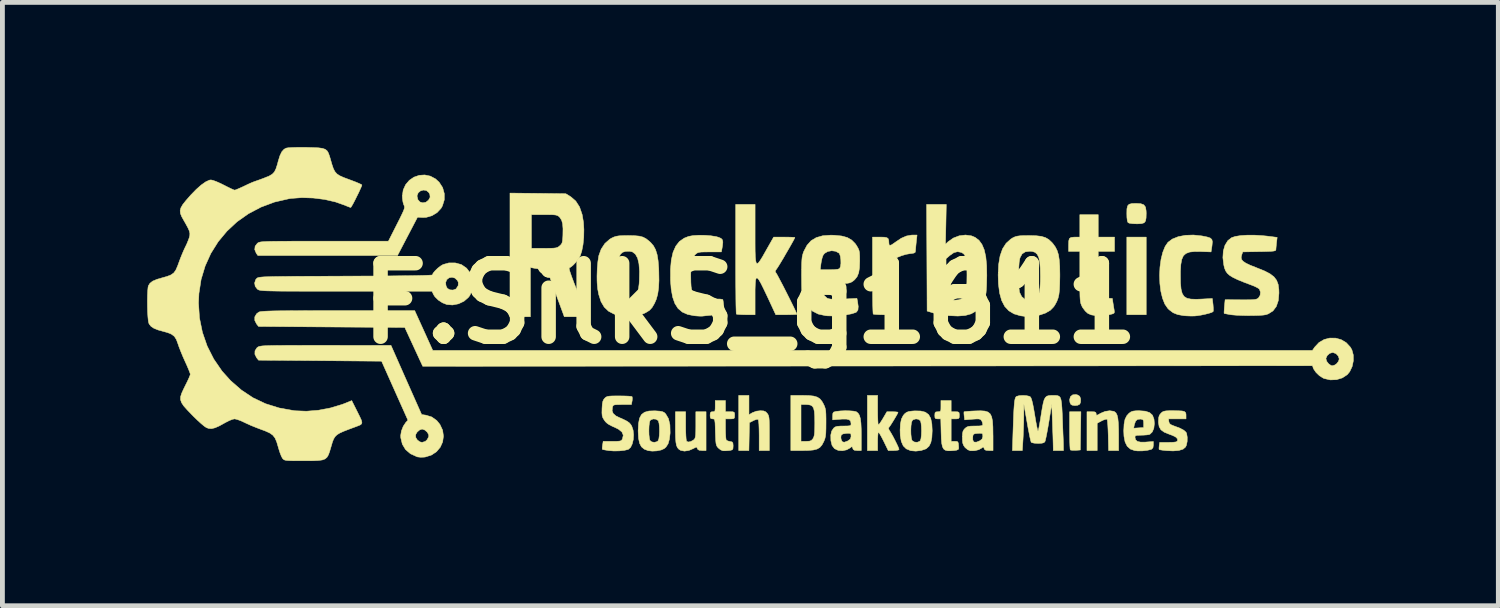
<source format=kicad_pcb>
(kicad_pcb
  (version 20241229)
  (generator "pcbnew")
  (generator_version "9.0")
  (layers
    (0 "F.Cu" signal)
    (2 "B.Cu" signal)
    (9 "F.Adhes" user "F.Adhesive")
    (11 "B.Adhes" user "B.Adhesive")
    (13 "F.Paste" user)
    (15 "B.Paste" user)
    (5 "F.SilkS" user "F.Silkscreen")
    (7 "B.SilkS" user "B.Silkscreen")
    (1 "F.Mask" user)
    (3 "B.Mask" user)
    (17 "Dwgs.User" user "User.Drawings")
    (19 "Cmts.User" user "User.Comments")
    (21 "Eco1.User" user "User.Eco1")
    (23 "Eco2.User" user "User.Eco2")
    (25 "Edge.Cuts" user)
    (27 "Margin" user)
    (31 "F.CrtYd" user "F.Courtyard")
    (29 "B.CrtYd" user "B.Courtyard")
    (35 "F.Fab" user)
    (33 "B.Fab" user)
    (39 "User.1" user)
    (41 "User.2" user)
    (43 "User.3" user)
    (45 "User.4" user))
  (footprint "F.SilkS_g1611"
    (layer "F.Cu")
    (at 12.494 3.24)
    (property "Reference" "F.SilkS_g1611" (at 0 0 0) (layer "F.SilkS") (effects (font (size 1.524 1.524) (thickness 0.3))))
    (attr through_hole)
    (fp_poly (pts (xy 8.213 0.233) (xy 7.811 0.233) (xy 7.811 -1.376) (xy 8.213 -1.376) (xy 8.213 0.233)) (stroke (width 0.01) (type solid)) (fill yes) (layer "F.SilkS"))
    (fp_poly (pts (xy 6.853 2.641) (xy 6.847 3.037) (xy 6.751 3.044) (xy 6.69 3.044) (xy 6.649 3.039) (xy 6.64 3.035) (xy 6.635 3.01) (xy 6.631 2.949) (xy 6.628 2.861) (xy 6.626 2.75) (xy 6.625 2.632) (xy 6.625 2.244) (xy 6.859 2.244) (xy 6.853 2.641)) (stroke (width 0.01) (type solid)) (fill yes) (layer "F.SilkS"))
    (fp_poly (pts (xy 6.79 1.896) (xy 6.834 1.923) (xy 6.852 1.971) (xy 6.854 1.986) (xy 6.852 2.044) (xy 6.836 2.086) (xy 6.836 2.086) (xy 6.794 2.109) (xy 6.735 2.116) (xy 6.677 2.107) (xy 6.651 2.091) (xy 6.633 2.054) (xy 6.625 1.998) (xy 6.625 1.996) (xy 6.642 1.932) (xy 6.688 1.894) (xy 6.754 1.887) (xy 6.79 1.896)) (stroke (width 0.01) (type solid)) (fill yes) (layer "F.SilkS"))
    (fp_poly (pts (xy 8.101 -2.068) (xy 8.163 -2.045) (xy 8.198 -1.998) (xy 8.211 -1.92) (xy 8.213 -1.871) (xy 8.21 -1.772) (xy 8.198 -1.709) (xy 8.169 -1.672) (xy 8.117 -1.656) (xy 8.036 -1.651) (xy 8.015 -1.651) (xy 7.928 -1.655) (xy 7.864 -1.664) (xy 7.836 -1.676) (xy 7.822 -1.712) (xy 7.813 -1.781) (xy 7.811 -1.866) (xy 7.813 -1.961) (xy 7.827 -2.022) (xy 7.858 -2.056) (xy 7.915 -2.071) (xy 8.004 -2.074) (xy 8.005 -2.074) (xy 8.101 -2.068)) (stroke (width 0.01) (type solid)) (fill yes) (layer "F.SilkS"))
    (fp_poly (pts (xy -0.021 2.307) (xy 0.048 2.265) (xy 0.133 2.232) (xy 0.215 2.223) (xy 0.283 2.227) (xy 0.327 2.246) (xy 0.358 2.278) (xy 0.374 2.302) (xy 0.386 2.33) (xy 0.394 2.369) (xy 0.399 2.426) (xy 0.401 2.508) (xy 0.402 2.622) (xy 0.402 2.691) (xy 0.402 3.048) (xy 0.191 3.048) (xy 0.191 2.732) (xy 0.189 2.602) (xy 0.185 2.501) (xy 0.178 2.433) (xy 0.17 2.403) (xy 0.169 2.402) (xy 0.138 2.402) (xy 0.087 2.42) (xy 0.068 2.429) (xy -0.011 2.47) (xy -0.022 3.048) (xy -0.233 3.048) (xy -0.233 1.905) (xy -0.021 1.905) (xy -0.021 2.307)) (stroke (width 0.01) (type solid)) (fill yes) (layer "F.SilkS"))
    (fp_poly (pts (xy 7.539 2.235) (xy 7.556 2.243) (xy 7.586 2.269) (xy 7.609 2.313) (xy 7.625 2.38) (xy 7.635 2.476) (xy 7.64 2.605) (xy 7.641 2.723) (xy 7.641 3.048) (xy 7.433 3.048) (xy 7.426 2.732) (xy 7.422 2.62) (xy 7.417 2.524) (xy 7.411 2.45) (xy 7.405 2.407) (xy 7.402 2.399) (xy 7.375 2.399) (xy 7.325 2.416) (xy 7.291 2.432) (xy 7.197 2.482) (xy 7.197 3.048) (xy 6.985 3.048) (xy 6.985 2.244) (xy 7.08 2.244) (xy 7.14 2.246) (xy 7.168 2.258) (xy 7.175 2.283) (xy 7.176 2.287) (xy 7.178 2.311) (xy 7.19 2.317) (xy 7.223 2.302) (xy 7.267 2.276) (xy 7.361 2.237) (xy 7.456 2.223) (xy 7.539 2.235)) (stroke (width 0.01) (type solid)) (fill yes) (layer "F.SilkS"))
    (fp_poly (pts (xy -1.333 2.535) (xy -1.332 2.643) (xy -1.328 2.738) (xy -1.323 2.81) (xy -1.316 2.85) (xy -1.315 2.854) (xy -1.282 2.871) (xy -1.23 2.863) (xy -1.173 2.832) (xy -1.159 2.82) (xy -1.143 2.801) (xy -1.133 2.77) (xy -1.126 2.721) (xy -1.123 2.646) (xy -1.122 2.537) (xy -1.122 2.516) (xy -1.122 2.244) (xy -0.91 2.244) (xy -0.91 3.048) (xy -0.993 3.048) (xy -1.053 3.042) (xy -1.083 3.022) (xy -1.09 3.007) (xy -1.1 2.981) (xy -1.118 2.978) (xy -1.155 2.997) (xy -1.17 3.005) (xy -1.265 3.046) (xy -1.356 3.06) (xy -1.433 3.046) (xy -1.439 3.043) (xy -1.476 3.019) (xy -1.503 2.987) (xy -1.523 2.941) (xy -1.535 2.875) (xy -1.542 2.782) (xy -1.545 2.656) (xy -1.545 2.577) (xy -1.545 2.244) (xy -1.333 2.244) (xy -1.333 2.535)) (stroke (width 0.01) (type solid)) (fill yes) (layer "F.SilkS"))
    (fp_poly (pts (xy 3.447 -1.275) (xy 3.439 -1.195) (xy 3.433 -1.127) (xy 3.43 -1.087) (xy 3.424 -1.06) (xy 3.399 -1.045) (xy 3.347 -1.036) (xy 3.318 -1.033) (xy 3.237 -1.019) (xy 3.143 -0.991) (xy 3.074 -0.964) (xy 2.942 -0.904) (xy 2.942 0.233) (xy 2.755 0.233) (xy 2.67 0.231) (xy 2.602 0.227) (xy 2.561 0.222) (xy 2.554 0.219) (xy 2.551 0.195) (xy 2.548 0.134) (xy 2.545 0.04) (xy 2.543 -0.082) (xy 2.542 -0.228) (xy 2.54 -0.392) (xy 2.54 -0.57) (xy 2.54 -0.586) (xy 2.54 -1.376) (xy 2.696 -1.376) (xy 2.785 -1.374) (xy 2.839 -1.363) (xy 2.867 -1.34) (xy 2.877 -1.298) (xy 2.879 -1.261) (xy 2.883 -1.219) (xy 2.9 -1.204) (xy 2.936 -1.216) (xy 2.996 -1.257) (xy 3.014 -1.27) (xy 3.134 -1.351) (xy 3.242 -1.398) (xy 3.346 -1.417) (xy 3.371 -1.418) (xy 3.463 -1.418) (xy 3.447 -1.275)) (stroke (width 0.01) (type solid)) (fill yes) (layer "F.SilkS"))
    (fp_poly (pts (xy 4.17 2.244) (xy 4.255 2.244) (xy 4.309 2.246) (xy 4.333 2.26) (xy 4.339 2.296) (xy 4.339 2.318) (xy 4.337 2.365) (xy 4.321 2.386) (xy 4.279 2.392) (xy 4.255 2.392) (xy 4.17 2.392) (xy 4.17 2.857) (xy 4.244 2.857) (xy 4.284 2.859) (xy 4.307 2.868) (xy 4.319 2.896) (xy 4.324 2.951) (xy 4.327 3) (xy 4.318 3.025) (xy 4.281 3.041) (xy 4.233 3.048) (xy 4.164 3.053) (xy 4.106 3.053) (xy 4.093 3.052) (xy 4.047 3.04) (xy 4.014 3.015) (xy 3.99 2.97) (xy 3.975 2.901) (xy 3.966 2.8) (xy 3.962 2.675) (xy 3.955 2.392) (xy 3.893 2.392) (xy 3.851 2.388) (xy 3.834 2.366) (xy 3.831 2.318) (xy 3.835 2.268) (xy 3.853 2.248) (xy 3.895 2.244) (xy 3.931 2.242) (xy 3.95 2.229) (xy 3.957 2.195) (xy 3.958 2.129) (xy 3.958 2.127) (xy 3.958 2.011) (xy 4.17 2.011) (xy 4.17 2.244)) (stroke (width 0.01) (type solid)) (fill yes) (layer "F.SilkS"))
    (fp_poly (pts (xy 1.085 1.905) (xy 1.22 1.908) (xy 1.321 1.919) (xy 1.395 1.941) (xy 1.45 1.977) (xy 1.494 2.031) (xy 1.524 2.085) (xy 1.546 2.131) (xy 1.56 2.175) (xy 1.57 2.226) (xy 1.574 2.293) (xy 1.576 2.386) (xy 1.576 2.477) (xy 1.575 2.598) (xy 1.572 2.687) (xy 1.565 2.752) (xy 1.553 2.803) (xy 1.535 2.85) (xy 1.53 2.862) (xy 1.492 2.933) (xy 1.448 2.984) (xy 1.391 3.017) (xy 1.312 3.037) (xy 1.205 3.046) (xy 1.095 3.048) (xy 0.847 3.048) (xy 0.847 2.095) (xy 1.058 2.095) (xy 1.058 2.857) (xy 1.164 2.857) (xy 1.231 2.854) (xy 1.271 2.84) (xy 1.301 2.809) (xy 1.307 2.8) (xy 1.323 2.768) (xy 1.334 2.725) (xy 1.34 2.663) (xy 1.343 2.573) (xy 1.344 2.477) (xy 1.342 2.34) (xy 1.335 2.24) (xy 1.319 2.171) (xy 1.292 2.128) (xy 1.252 2.105) (xy 1.196 2.096) (xy 1.164 2.095) (xy 1.058 2.095) (xy 0.847 2.095) (xy 0.847 1.905) (xy 1.085 1.905)) (stroke (width 0.01) (type solid)) (fill yes) (layer "F.SilkS"))
    (fp_poly (pts (xy 2.646 2.212) (xy 2.647 2.32) (xy 2.65 2.412) (xy 2.654 2.479) (xy 2.659 2.515) (xy 2.662 2.518) (xy 2.679 2.501) (xy 2.711 2.456) (xy 2.751 2.393) (xy 2.758 2.381) (xy 2.838 2.244) (xy 2.954 2.244) (xy 3.017 2.246) (xy 3.059 2.251) (xy 3.069 2.256) (xy 3.059 2.281) (xy 3.031 2.331) (xy 2.994 2.394) (xy 2.953 2.461) (xy 2.915 2.521) (xy 2.886 2.562) (xy 2.876 2.574) (xy 2.873 2.597) (xy 2.893 2.637) (xy 2.897 2.642) (xy 2.926 2.689) (xy 2.964 2.756) (xy 3.004 2.833) (xy 3.042 2.909) (xy 3.072 2.974) (xy 3.088 3.017) (xy 3.09 3.026) (xy 3.071 3.039) (xy 3.022 3.046) (xy 2.978 3.048) (xy 2.866 3.048) (xy 2.773 2.857) (xy 2.732 2.777) (xy 2.697 2.714) (xy 2.671 2.675) (xy 2.663 2.667) (xy 2.655 2.687) (xy 2.65 2.739) (xy 2.646 2.815) (xy 2.646 2.857) (xy 2.646 3.048) (xy 2.434 3.048) (xy 2.434 1.905) (xy 2.646 1.905) (xy 2.646 2.212)) (stroke (width 0.01) (type solid)) (fill yes) (layer "F.SilkS"))
    (fp_poly (pts (xy 7.218 -1.376) (xy 7.556 -1.376) (xy 7.556 -1.079) (xy 7.218 -1.079) (xy 7.218 -0.651) (xy 7.219 -0.487) (xy 7.221 -0.361) (xy 7.227 -0.268) (xy 7.237 -0.201) (xy 7.254 -0.158) (xy 7.28 -0.132) (xy 7.315 -0.118) (xy 7.361 -0.112) (xy 7.391 -0.11) (xy 7.511 -0.104) (xy 7.524 -0.015) (xy 7.536 0.06) (xy 7.548 0.131) (xy 7.549 0.141) (xy 7.554 0.18) (xy 7.543 0.203) (xy 7.51 0.217) (xy 7.452 0.231) (xy 7.31 0.252) (xy 7.182 0.254) (xy 7.074 0.236) (xy 7.004 0.206) (xy 6.95 0.157) (xy 6.899 0.09) (xy 6.884 0.064) (xy 6.87 0.033) (xy 6.858 0.002) (xy 6.85 -0.036) (xy 6.844 -0.085) (xy 6.84 -0.152) (xy 6.838 -0.242) (xy 6.837 -0.362) (xy 6.837 -0.517) (xy 6.837 -0.555) (xy 6.837 -1.079) (xy 6.604 -1.079) (xy 6.604 -1.215) (xy 6.607 -1.296) (xy 6.62 -1.344) (xy 6.653 -1.368) (xy 6.713 -1.375) (xy 6.754 -1.376) (xy 6.837 -1.376) (xy 6.837 -1.841) (xy 7.218 -1.841) (xy 7.218 -1.376)) (stroke (width 0.01) (type solid)) (fill yes) (layer "F.SilkS"))
    (fp_poly (pts (xy 3.541 2.229) (xy 3.635 2.253) (xy 3.703 2.303) (xy 3.747 2.382) (xy 3.77 2.494) (xy 3.777 2.635) (xy 3.77 2.776) (xy 3.749 2.882) (xy 3.712 2.957) (xy 3.657 3.007) (xy 3.643 3.015) (xy 3.548 3.047) (xy 3.438 3.06) (xy 3.335 3.051) (xy 3.327 3.049) (xy 3.24 3.013) (xy 3.177 2.951) (xy 3.136 2.859) (xy 3.115 2.735) (xy 3.112 2.635) (xy 3.112 2.621) (xy 3.334 2.621) (xy 3.336 2.708) (xy 3.344 2.784) (xy 3.357 2.835) (xy 3.363 2.844) (xy 3.409 2.872) (xy 3.466 2.877) (xy 3.516 2.858) (xy 3.534 2.838) (xy 3.545 2.797) (xy 3.553 2.728) (xy 3.556 2.645) (xy 3.556 2.635) (xy 3.553 2.551) (xy 3.546 2.48) (xy 3.535 2.436) (xy 3.534 2.433) (xy 3.496 2.401) (xy 3.441 2.392) (xy 3.387 2.407) (xy 3.364 2.425) (xy 3.348 2.466) (xy 3.338 2.536) (xy 3.334 2.621) (xy 3.112 2.621) (xy 3.118 2.499) (xy 3.139 2.396) (xy 3.177 2.321) (xy 3.208 2.285) (xy 3.246 2.256) (xy 3.292 2.239) (xy 3.36 2.23) (xy 3.417 2.226) (xy 3.541 2.229)) (stroke (width 0.01) (type solid)) (fill yes) (layer "F.SilkS"))
    (fp_poly (pts (xy 8.881 2.224) (xy 8.957 2.228) (xy 9.003 2.239) (xy 9.027 2.259) (xy 9.037 2.289) (xy 9.038 2.32) (xy 9.038 2.392) (xy 8.676 2.392) (xy 8.682 2.448) (xy 8.693 2.485) (xy 8.723 2.511) (xy 8.782 2.536) (xy 8.796 2.541) (xy 8.913 2.585) (xy 8.992 2.627) (xy 9.038 2.669) (xy 9.05 2.693) (xy 9.063 2.77) (xy 9.062 2.858) (xy 9.046 2.937) (xy 9.029 2.974) (xy 8.977 3.019) (xy 8.891 3.046) (xy 8.77 3.056) (xy 8.622 3.049) (xy 8.552 3.041) (xy 8.501 3.033) (xy 8.481 3.027) (xy 8.478 3.001) (xy 8.482 2.952) (xy 8.482 2.947) (xy 8.493 2.879) (xy 8.671 2.879) (xy 8.763 2.877) (xy 8.821 2.871) (xy 8.851 2.859) (xy 8.861 2.847) (xy 8.862 2.808) (xy 8.83 2.772) (xy 8.761 2.736) (xy 8.688 2.709) (xy 8.585 2.667) (xy 8.518 2.618) (xy 8.481 2.554) (xy 8.467 2.468) (xy 8.467 2.441) (xy 8.471 2.366) (xy 8.486 2.316) (xy 8.519 2.274) (xy 8.546 2.25) (xy 8.577 2.235) (xy 8.622 2.226) (xy 8.689 2.223) (xy 8.771 2.223) (xy 8.881 2.224)) (stroke (width 0.01) (type solid)) (fill yes) (layer "F.SilkS"))
    (fp_poly (pts (xy -1.953 2.226) (xy -1.869 2.232) (xy -1.815 2.242) (xy -1.778 2.259) (xy -1.748 2.288) (xy -1.745 2.292) (xy -1.689 2.387) (xy -1.659 2.514) (xy -1.655 2.673) (xy -1.655 2.688) (xy -1.67 2.815) (xy -1.697 2.908) (xy -1.741 2.976) (xy -1.778 3.008) (xy -1.842 3.037) (xy -1.93 3.055) (xy -2.026 3.06) (xy -2.11 3.05) (xy -2.111 3.05) (xy -2.191 3.019) (xy -2.249 2.971) (xy -2.287 2.899) (xy -2.309 2.798) (xy -2.317 2.662) (xy -2.317 2.635) (xy -2.095 2.635) (xy -2.093 2.719) (xy -2.085 2.79) (xy -2.075 2.835) (xy -2.074 2.838) (xy -2.036 2.869) (xy -1.98 2.878) (xy -1.926 2.864) (xy -1.903 2.845) (xy -1.888 2.804) (xy -1.879 2.735) (xy -1.875 2.65) (xy -1.877 2.563) (xy -1.884 2.487) (xy -1.898 2.435) (xy -1.903 2.426) (xy -1.949 2.398) (xy -2.006 2.393) (xy -2.056 2.412) (xy -2.074 2.433) (xy -2.084 2.473) (xy -2.092 2.542) (xy -2.095 2.625) (xy -2.095 2.635) (xy -2.317 2.635) (xy -2.31 2.489) (xy -2.289 2.379) (xy -2.248 2.302) (xy -2.184 2.254) (xy -2.094 2.229) (xy -1.974 2.225) (xy -1.953 2.226)) (stroke (width 0.01) (type solid)) (fill yes) (layer "F.SilkS"))
    (fp_poly (pts (xy -0.508 2.244) (xy -0.413 2.244) (xy -0.354 2.245) (xy -0.327 2.256) (xy -0.318 2.285) (xy -0.318 2.318) (xy -0.32 2.363) (xy -0.333 2.385) (xy -0.37 2.391) (xy -0.413 2.392) (xy -0.508 2.392) (xy -0.508 2.598) (xy -0.506 2.689) (xy -0.502 2.765) (xy -0.496 2.816) (xy -0.492 2.829) (xy -0.461 2.849) (xy -0.413 2.861) (xy -0.372 2.869) (xy -0.354 2.891) (xy -0.349 2.94) (xy -0.349 2.953) (xy -0.352 3.007) (xy -0.367 3.033) (xy -0.408 3.045) (xy -0.434 3.048) (xy -0.501 3.053) (xy -0.556 3.053) (xy -0.564 3.052) (xy -0.609 3.033) (xy -0.657 2.994) (xy -0.659 2.992) (xy -0.68 2.967) (xy -0.694 2.939) (xy -0.704 2.898) (xy -0.71 2.838) (xy -0.714 2.749) (xy -0.717 2.665) (xy -0.72 2.554) (xy -0.723 2.477) (xy -0.729 2.43) (xy -0.737 2.404) (xy -0.751 2.394) (xy -0.77 2.392) (xy -0.775 2.392) (xy -0.809 2.386) (xy -0.823 2.36) (xy -0.826 2.318) (xy -0.822 2.268) (xy -0.804 2.247) (xy -0.773 2.244) (xy -0.742 2.241) (xy -0.726 2.225) (xy -0.721 2.185) (xy -0.72 2.127) (xy -0.72 2.011) (xy -0.508 2.011) (xy -0.508 2.244)) (stroke (width 0.01) (type solid)) (fill yes) (layer "F.SilkS"))
    (fp_poly (pts (xy 8.193 2.232) (xy 8.284 2.262) (xy 8.343 2.316) (xy 8.374 2.397) (xy 8.382 2.489) (xy 8.371 2.586) (xy 8.339 2.662) (xy 8.291 2.709) (xy 8.272 2.717) (xy 8.224 2.724) (xy 8.152 2.729) (xy 8.102 2.73) (xy 8.032 2.732) (xy 7.995 2.74) (xy 7.981 2.756) (xy 7.98 2.771) (xy 7.992 2.825) (xy 8.03 2.859) (xy 8.099 2.874) (xy 8.204 2.873) (xy 8.206 2.872) (xy 8.361 2.861) (xy 8.361 2.934) (xy 8.353 2.99) (xy 8.326 3.019) (xy 8.313 3.025) (xy 8.234 3.044) (xy 8.135 3.055) (xy 8.036 3.056) (xy 7.974 3.049) (xy 7.884 3.017) (xy 7.819 2.959) (xy 7.775 2.871) (xy 7.752 2.751) (xy 7.747 2.635) (xy 7.75 2.585) (xy 7.953 2.585) (xy 8.056 2.578) (xy 8.16 2.572) (xy 8.16 2.487) (xy 8.157 2.432) (xy 8.142 2.407) (xy 8.106 2.397) (xy 8.094 2.396) (xy 8.033 2.402) (xy 7.993 2.438) (xy 7.968 2.509) (xy 7.966 2.517) (xy 7.953 2.585) (xy 7.75 2.585) (xy 7.754 2.5) (xy 7.774 2.399) (xy 7.812 2.324) (xy 7.855 2.277) (xy 7.896 2.247) (xy 7.94 2.231) (xy 8.001 2.224) (xy 8.068 2.223) (xy 8.193 2.232)) (stroke (width 0.01) (type solid)) (fill yes) (layer "F.SilkS"))
    (fp_poly (pts (xy 9.369 -1.4) (xy 9.378 -1.398) (xy 9.476 -1.378) (xy 9.539 -1.357) (xy 9.573 -1.327) (xy 9.584 -1.282) (xy 9.578 -1.214) (xy 9.576 -1.194) (xy 9.557 -1.069) (xy 9.354 -1.076) (xy 9.218 -1.077) (xy 9.114 -1.066) (xy 9.037 -1.037) (xy 8.983 -0.988) (xy 8.949 -0.912) (xy 8.93 -0.806) (xy 8.922 -0.665) (xy 8.922 -0.582) (xy 8.924 -0.422) (xy 8.935 -0.299) (xy 8.958 -0.209) (xy 8.996 -0.147) (xy 9.055 -0.109) (xy 9.138 -0.091) (xy 9.249 -0.087) (xy 9.354 -0.091) (xy 9.583 -0.103) (xy 9.598 0.023) (xy 9.603 0.093) (xy 9.604 0.146) (xy 9.6 0.167) (xy 9.573 0.184) (xy 9.514 0.203) (xy 9.436 0.223) (xy 9.35 0.241) (xy 9.266 0.254) (xy 9.218 0.259) (xy 9.135 0.26) (xy 9.038 0.256) (xy 8.982 0.251) (xy 8.863 0.229) (xy 8.771 0.192) (xy 8.69 0.131) (xy 8.661 0.103) (xy 8.599 0.013) (xy 8.551 -0.108) (xy 8.516 -0.253) (xy 8.496 -0.414) (xy 8.49 -0.584) (xy 8.498 -0.753) (xy 8.52 -0.914) (xy 8.556 -1.06) (xy 8.605 -1.182) (xy 8.663 -1.267) (xy 8.755 -1.336) (xy 8.878 -1.385) (xy 9.026 -1.413) (xy 9.192 -1.419) (xy 9.369 -1.4)) (stroke (width 0.01) (type solid)) (fill yes) (layer "F.SilkS"))
    (fp_poly (pts (xy 4.061 -1.641) (xy 4.052 -1.229) (xy 4.106 -1.279) (xy 4.215 -1.356) (xy 4.338 -1.403) (xy 4.467 -1.419) (xy 4.59 -1.402) (xy 4.667 -1.37) (xy 4.747 -1.309) (xy 4.809 -1.223) (xy 4.856 -1.111) (xy 4.888 -0.967) (xy 4.905 -0.791) (xy 4.909 -0.578) (xy 4.907 -0.504) (xy 4.904 -0.379) (xy 4.899 -0.287) (xy 4.893 -0.218) (xy 4.883 -0.166) (xy 4.868 -0.119) (xy 4.846 -0.07) (xy 4.828 -0.033) (xy 4.762 0.076) (xy 4.682 0.159) (xy 4.583 0.215) (xy 4.46 0.249) (xy 4.309 0.26) (xy 4.125 0.252) (xy 4.106 0.251) (xy 4.002 0.238) (xy 3.896 0.219) (xy 3.807 0.198) (xy 3.799 0.196) (xy 3.672 0.157) (xy 3.667 -0.927) (xy 4.064 -0.927) (xy 4.064 -0.087) (xy 4.122 -0.079) (xy 4.24 -0.068) (xy 4.329 -0.076) (xy 4.381 -0.095) (xy 4.422 -0.124) (xy 4.453 -0.168) (xy 4.475 -0.23) (xy 4.488 -0.318) (xy 4.496 -0.437) (xy 4.498 -0.593) (xy 4.496 -0.741) (xy 4.489 -0.854) (xy 4.477 -0.935) (xy 4.456 -0.993) (xy 4.427 -1.031) (xy 4.387 -1.056) (xy 4.38 -1.059) (xy 4.303 -1.074) (xy 4.226 -1.054) (xy 4.141 -0.995) (xy 4.138 -0.992) (xy 4.064 -0.927) (xy 3.667 -0.927) (xy 3.667 -0.948) (xy 3.661 -2.053) (xy 4.069 -2.053) (xy 4.061 -1.641)) (stroke (width 0.01) (type solid)) (fill yes) (layer "F.SilkS"))
    (fp_poly (pts (xy -0.934 -1.413) (xy -0.809 -1.403) (xy -0.701 -1.386) (xy -0.646 -1.37) (xy -0.598 -1.348) (xy -0.571 -1.319) (xy -0.562 -1.273) (xy -0.569 -1.201) (xy -0.58 -1.135) (xy -0.593 -1.069) (xy -0.834 -1.069) (xy -0.94 -1.068) (xy -1.012 -1.066) (xy -1.06 -1.059) (xy -1.093 -1.047) (xy -1.119 -1.028) (xy -1.131 -1.018) (xy -1.168 -0.973) (xy -1.195 -0.917) (xy -1.213 -0.843) (xy -1.223 -0.742) (xy -1.227 -0.609) (xy -1.227 -0.561) (xy -1.225 -0.441) (xy -1.22 -0.354) (xy -1.21 -0.289) (xy -1.195 -0.237) (xy -1.187 -0.219) (xy -1.157 -0.163) (xy -1.124 -0.124) (xy -1.079 -0.1) (xy -1.013 -0.089) (xy -0.921 -0.086) (xy -0.809 -0.09) (xy -0.692 -0.093) (xy -0.613 -0.091) (xy -0.57 -0.084) (xy -0.561 -0.077) (xy -0.555 -0.043) (xy -0.547 0.016) (xy -0.543 0.056) (xy -0.532 0.166) (xy -0.615 0.199) (xy -0.686 0.221) (xy -0.773 0.238) (xy -0.82 0.245) (xy -0.895 0.252) (xy -0.958 0.259) (xy -0.984 0.262) (xy -1.028 0.263) (xy -1.096 0.259) (xy -1.154 0.254) (xy -1.291 0.227) (xy -1.402 0.178) (xy -1.49 0.104) (xy -1.556 0.001) (xy -1.603 -0.133) (xy -1.633 -0.301) (xy -1.646 -0.478) (xy -1.647 -0.708) (xy -1.63 -0.901) (xy -1.594 -1.061) (xy -1.538 -1.188) (xy -1.462 -1.285) (xy -1.363 -1.354) (xy -1.272 -1.39) (xy -1.18 -1.407) (xy -1.063 -1.414) (xy -0.934 -1.413)) (stroke (width 0.01) (type solid)) (fill yes) (layer "F.SilkS"))
    (fp_poly (pts (xy 2.065 2.225) (xy 2.145 2.231) (xy 2.198 2.242) (xy 2.205 2.245) (xy 2.241 2.274) (xy 2.269 2.318) (xy 2.288 2.384) (xy 2.3 2.476) (xy 2.306 2.6) (xy 2.307 2.73) (xy 2.307 3.048) (xy 2.225 3.048) (xy 2.168 3.043) (xy 2.14 3.025) (xy 2.131 3.002) (xy 2.119 2.97) (xy 2.102 2.972) (xy 2.077 2.993) (xy 2.005 3.033) (xy 1.916 3.052) (xy 1.829 3.045) (xy 1.752 3.008) (xy 1.702 2.943) (xy 1.678 2.847) (xy 1.677 2.838) (xy 1.676 2.784) (xy 1.884 2.784) (xy 1.893 2.827) (xy 1.915 2.867) (xy 1.955 2.876) (xy 2.019 2.853) (xy 2.033 2.846) (xy 2.08 2.811) (xy 2.095 2.763) (xy 2.095 2.75) (xy 2.093 2.711) (xy 2.079 2.694) (xy 2.043 2.69) (xy 1.995 2.692) (xy 1.924 2.704) (xy 1.889 2.732) (xy 1.884 2.784) (xy 1.676 2.784) (xy 1.675 2.726) (xy 1.694 2.644) (xy 1.736 2.582) (xy 1.767 2.559) (xy 1.81 2.546) (xy 1.876 2.541) (xy 1.937 2.54) (xy 2.018 2.539) (xy 2.065 2.535) (xy 2.088 2.525) (xy 2.095 2.506) (xy 2.095 2.49) (xy 2.087 2.44) (xy 2.057 2.41) (xy 2 2.396) (xy 1.911 2.396) (xy 1.873 2.399) (xy 1.714 2.412) (xy 1.714 2.331) (xy 1.718 2.277) (xy 1.735 2.251) (xy 1.779 2.239) (xy 1.794 2.236) (xy 1.877 2.227) (xy 1.972 2.223) (xy 2.065 2.225)) (stroke (width 0.01) (type solid)) (fill yes) (layer "F.SilkS"))
    (fp_poly (pts (xy -6.761 0.561) (xy -6.574 0.974) (xy 11.657 0.974) (xy 11.706 0.903) (xy 11.794 0.809) (xy 11.9 0.747) (xy 12.017 0.717) (xy 12.138 0.718) (xy 12.254 0.75) (xy 12.358 0.812) (xy 12.443 0.904) (xy 12.476 0.961) (xy 12.505 1.068) (xy 12.506 1.188) (xy 12.481 1.307) (xy 12.431 1.413) (xy 12.38 1.475) (xy 12.278 1.542) (xy 12.157 1.579) (xy 12.028 1.584) (xy 11.905 1.556) (xy 11.884 1.548) (xy 11.804 1.498) (xy 11.733 1.43) (xy 11.683 1.357) (xy 11.673 1.333) (xy 11.66 1.29) (xy -6.782 1.302) (xy -6.854 1.147) (xy 11.938 1.147) (xy 11.955 1.201) (xy 11.995 1.252) (xy 12.046 1.286) (xy 12.073 1.291) (xy 12.118 1.277) (xy 12.164 1.245) (xy 12.199 1.197) (xy 12.213 1.15) (xy 12.194 1.09) (xy 12.148 1.041) (xy 12.087 1.017) (xy 12.076 1.016) (xy 12.015 1.034) (xy 11.965 1.078) (xy 11.939 1.135) (xy 11.938 1.147) (xy -6.854 1.147) (xy -7.154 0.497) (xy -8.669 0.487) (xy -10.185 0.476) (xy -10.225 0.426) (xy -10.263 0.352) (xy -10.263 0.278) (xy -10.226 0.214) (xy -10.18 0.179) (xy -10.163 0.173) (xy -10.137 0.168) (xy -10.097 0.164) (xy -10.042 0.16) (xy -9.968 0.157) (xy -9.873 0.154) (xy -9.753 0.152) (xy -9.607 0.151) (xy -9.431 0.15) (xy -9.222 0.149) (xy -8.979 0.148) (xy -8.697 0.148) (xy -8.535 0.148) (xy -6.949 0.148) (xy -6.761 0.561)) (stroke (width 0.01) (type solid)) (fill yes) (layer "F.SilkS"))
    (fp_poly (pts (xy -8.993 0.868) (xy -8.797 0.868) (xy -7.44 0.869) (xy -7.123 1.586) (xy -6.805 2.302) (xy -6.716 2.315) (xy -6.596 2.352) (xy -6.492 2.426) (xy -6.426 2.507) (xy -6.37 2.627) (xy -6.353 2.75) (xy -6.37 2.87) (xy -6.419 2.979) (xy -6.497 3.072) (xy -6.601 3.141) (xy -6.726 3.181) (xy -6.757 3.185) (xy -6.828 3.187) (xy -6.89 3.18) (xy -6.9 3.177) (xy -7.036 3.115) (xy -7.138 3.028) (xy -7.205 2.917) (xy -7.237 2.785) (xy -7.239 2.735) (xy -7.237 2.722) (xy -6.931 2.722) (xy -6.927 2.777) (xy -6.894 2.83) (xy -6.842 2.868) (xy -6.795 2.879) (xy -6.728 2.858) (xy -6.69 2.822) (xy -6.658 2.761) (xy -6.658 2.722) (xy -6.689 2.667) (xy -6.739 2.623) (xy -6.792 2.604) (xy -6.795 2.603) (xy -6.847 2.621) (xy -6.897 2.664) (xy -6.93 2.719) (xy -6.931 2.722) (xy -7.237 2.722) (xy -7.224 2.643) (xy -7.186 2.546) (xy -7.134 2.467) (xy -7.131 2.464) (xy -7.089 2.419) (xy -7.362 1.808) (xy -7.635 1.196) (xy -8.91 1.185) (xy -10.185 1.175) (xy -10.225 1.125) (xy -10.261 1.053) (xy -10.259 0.982) (xy -10.22 0.92) (xy -10.21 0.912) (xy -10.198 0.903) (xy -10.184 0.895) (xy -10.165 0.889) (xy -10.138 0.884) (xy -10.099 0.879) (xy -10.045 0.876) (xy -9.974 0.873) (xy -9.882 0.871) (xy -9.765 0.87) (xy -9.621 0.869) (xy -9.447 0.869) (xy -9.239 0.868) (xy -8.993 0.868)) (stroke (width 0.01) (type solid)) (fill yes) (layer "F.SilkS"))
    (fp_poly (pts (xy -6.626 -2.64) (xy -6.518 -2.583) (xy -6.442 -2.513) (xy -6.37 -2.402) (xy -6.335 -2.276) (xy -6.336 -2.147) (xy -6.375 -2.022) (xy -6.404 -1.971) (xy -6.485 -1.884) (xy -6.592 -1.819) (xy -6.711 -1.785) (xy -6.787 -1.782) (xy -6.89 -1.789) (xy -7.305 -0.995) (xy -10.2 -0.995) (xy -10.233 -1.042) (xy -10.264 -1.116) (xy -10.256 -1.187) (xy -10.21 -1.247) (xy -10.21 -1.247) (xy -10.198 -1.256) (xy -10.184 -1.264) (xy -10.165 -1.27) (xy -10.137 -1.276) (xy -10.098 -1.28) (xy -10.043 -1.283) (xy -9.971 -1.286) (xy -9.878 -1.288) (xy -9.76 -1.289) (xy -9.614 -1.29) (xy -9.438 -1.291) (xy -9.227 -1.291) (xy -8.979 -1.291) (xy -8.824 -1.291) (xy -7.494 -1.291) (xy -7.319 -1.637) (xy -7.257 -1.759) (xy -7.213 -1.85) (xy -7.183 -1.915) (xy -7.166 -1.961) (xy -7.16 -1.993) (xy -7.163 -2.017) (xy -7.172 -2.04) (xy -7.175 -2.044) (xy -7.192 -2.102) (xy -7.203 -2.179) (xy -7.205 -2.223) (xy -7.205 -2.225) (xy -6.9 -2.225) (xy -6.883 -2.152) (xy -6.84 -2.104) (xy -6.781 -2.086) (xy -6.716 -2.099) (xy -6.662 -2.142) (xy -6.629 -2.202) (xy -6.636 -2.264) (xy -6.658 -2.302) (xy -6.707 -2.342) (xy -6.769 -2.351) (xy -6.83 -2.333) (xy -6.877 -2.293) (xy -6.9 -2.234) (xy -6.9 -2.225) (xy -7.205 -2.225) (xy -7.187 -2.353) (xy -7.136 -2.464) (xy -7.06 -2.553) (xy -6.965 -2.618) (xy -6.856 -2.656) (xy -6.741 -2.664) (xy -6.626 -2.64)) (stroke (width 0.01) (type solid)) (fill yes) (layer "F.SilkS"))
    (fp_poly (pts (xy -2.611 1.917) (xy -2.528 1.92) (xy -2.469 1.925) (xy -2.444 1.93) (xy -2.438 1.959) (xy -2.441 2.011) (xy -2.443 2.02) (xy -2.457 2.095) (xy -2.646 2.095) (xy -2.736 2.096) (xy -2.793 2.099) (xy -2.825 2.107) (xy -2.84 2.123) (xy -2.849 2.147) (xy -2.849 2.148) (xy -2.857 2.224) (xy -2.834 2.282) (xy -2.777 2.331) (xy -2.714 2.362) (xy -2.615 2.406) (xy -2.547 2.441) (xy -2.502 2.473) (xy -2.471 2.508) (xy -2.45 2.543) (xy -2.422 2.626) (xy -2.412 2.722) (xy -2.418 2.82) (xy -2.44 2.91) (xy -2.474 2.982) (xy -2.52 3.023) (xy -2.524 3.025) (xy -2.603 3.044) (xy -2.708 3.055) (xy -2.822 3.057) (xy -2.927 3.049) (xy -2.994 3.038) (xy -3.043 3.029) (xy -3.059 3.023) (xy -3.062 2.998) (xy -3.057 2.949) (xy -3.055 2.936) (xy -3.042 2.857) (xy -2.854 2.857) (xy -2.764 2.857) (xy -2.707 2.853) (xy -2.674 2.845) (xy -2.655 2.828) (xy -2.642 2.804) (xy -2.626 2.73) (xy -2.653 2.665) (xy -2.72 2.609) (xy -2.762 2.587) (xy -2.856 2.544) (xy -2.92 2.511) (xy -2.962 2.482) (xy -2.994 2.452) (xy -3.022 2.414) (xy -3.023 2.412) (xy -3.049 2.369) (xy -3.063 2.325) (xy -3.068 2.267) (xy -3.066 2.18) (xy -3.066 2.175) (xy -3.06 2.086) (xy -3.049 2.028) (xy -3.031 1.989) (xy -3.01 1.964) (xy -2.987 1.943) (xy -2.959 1.929) (xy -2.919 1.921) (xy -2.858 1.917) (xy -2.767 1.916) (xy -2.711 1.916) (xy -2.611 1.917)) (stroke (width 0.01) (type solid)) (fill yes) (layer "F.SilkS"))
    (fp_poly (pts (xy 0.106 -1.439) (xy 0.106 -1.242) (xy 0.107 -1.086) (xy 0.111 -0.968) (xy 0.119 -0.886) (xy 0.131 -0.84) (xy 0.15 -0.826) (xy 0.176 -0.843) (xy 0.211 -0.89) (xy 0.257 -0.963) (xy 0.313 -1.062) (xy 0.335 -1.101) (xy 0.491 -1.376) (xy 0.711 -1.376) (xy 0.802 -1.375) (xy 0.874 -1.373) (xy 0.92 -1.37) (xy 0.931 -1.368) (xy 0.921 -1.345) (xy 0.894 -1.293) (xy 0.853 -1.22) (xy 0.803 -1.132) (xy 0.748 -1.038) (xy 0.694 -0.944) (xy 0.643 -0.859) (xy 0.6 -0.788) (xy 0.57 -0.741) (xy 0.561 -0.728) (xy 0.53 -0.683) (xy 0.525 -0.655) (xy 0.541 -0.632) (xy 0.557 -0.607) (xy 0.587 -0.552) (xy 0.629 -0.472) (xy 0.68 -0.376) (xy 0.735 -0.268) (xy 0.791 -0.157) (xy 0.845 -0.049) (xy 0.894 0.05) (xy 0.934 0.133) (xy 0.961 0.192) (xy 0.973 0.222) (xy 0.974 0.224) (xy 0.954 0.227) (xy 0.901 0.23) (xy 0.823 0.232) (xy 0.755 0.233) (xy 0.535 0.233) (xy 0.358 -0.148) (xy 0.285 -0.301) (xy 0.228 -0.416) (xy 0.185 -0.491) (xy 0.153 -0.528) (xy 0.131 -0.527) (xy 0.117 -0.486) (xy 0.11 -0.407) (xy 0.106 -0.289) (xy 0.106 -0.148) (xy 0.106 0.233) (xy -0.081 0.233) (xy -0.166 0.231) (xy -0.235 0.227) (xy -0.276 0.222) (xy -0.282 0.219) (xy -0.285 0.195) (xy -0.287 0.134) (xy -0.29 0.038) (xy -0.292 -0.089) (xy -0.293 -0.242) (xy -0.295 -0.418) (xy -0.296 -0.612) (xy -0.296 -0.821) (xy -0.296 -0.924) (xy -0.296 -2.053) (xy 0.106 -2.053) (xy 0.106 -1.439)) (stroke (width 0.01) (type solid)) (fill yes) (layer "F.SilkS"))
    (fp_poly (pts (xy 4.868 2.23) (xy 4.933 2.25) (xy 4.979 2.288) (xy 5.009 2.348) (xy 5.027 2.436) (xy 5.035 2.557) (xy 5.037 2.714) (xy 5.038 2.746) (xy 5.038 3.048) (xy 4.951 3.048) (xy 4.892 3.044) (xy 4.863 3.026) (xy 4.853 3.005) (xy 4.842 2.975) (xy 4.822 2.98) (xy 4.804 2.996) (xy 4.743 3.03) (xy 4.66 3.051) (xy 4.574 3.053) (xy 4.567 3.052) (xy 4.516 3.032) (xy 4.463 2.989) (xy 4.456 2.982) (xy 4.426 2.938) (xy 4.409 2.89) (xy 4.403 2.823) (xy 4.403 2.781) (xy 4.403 2.759) (xy 4.618 2.759) (xy 4.619 2.832) (xy 4.642 2.871) (xy 4.69 2.875) (xy 4.764 2.846) (xy 4.81 2.811) (xy 4.826 2.763) (xy 4.826 2.75) (xy 4.824 2.711) (xy 4.81 2.694) (xy 4.773 2.69) (xy 4.725 2.692) (xy 4.664 2.698) (xy 4.633 2.712) (xy 4.621 2.739) (xy 4.618 2.759) (xy 4.403 2.759) (xy 4.405 2.701) (xy 4.415 2.65) (xy 4.436 2.613) (xy 4.455 2.592) (xy 4.487 2.565) (xy 4.523 2.549) (xy 4.576 2.542) (xy 4.659 2.54) (xy 4.666 2.54) (xy 4.748 2.539) (xy 4.796 2.534) (xy 4.82 2.523) (xy 4.826 2.505) (xy 4.826 2.502) (xy 4.814 2.454) (xy 4.797 2.424) (xy 4.778 2.404) (xy 4.748 2.394) (xy 4.699 2.393) (xy 4.619 2.398) (xy 4.609 2.399) (xy 4.45 2.412) (xy 4.44 2.333) (xy 4.435 2.28) (xy 4.436 2.248) (xy 4.437 2.245) (xy 4.46 2.241) (xy 4.516 2.236) (xy 4.597 2.23) (xy 4.667 2.227) (xy 4.78 2.224) (xy 4.868 2.23)) (stroke (width 0.01) (type solid)) (fill yes) (layer "F.SilkS"))
    (fp_poly (pts (xy -2.391 -1.405) (xy -2.294 -1.396) (xy -2.218 -1.376) (xy -2.153 -1.342) (xy -2.089 -1.291) (xy -2.058 -1.263) (xy -2.001 -1.197) (xy -1.957 -1.116) (xy -1.925 -1.015) (xy -1.904 -0.888) (xy -1.891 -0.727) (xy -1.889 -0.661) (xy -1.886 -0.474) (xy -1.894 -0.321) (xy -1.912 -0.194) (xy -1.942 -0.086) (xy -1.979 -0.001) (xy -2.029 0.084) (xy -2.084 0.143) (xy -2.161 0.19) (xy -2.202 0.21) (xy -2.278 0.233) (xy -2.379 0.252) (xy -2.489 0.264) (xy -2.591 0.268) (xy -2.667 0.262) (xy -2.814 0.221) (xy -2.931 0.16) (xy -3.02 0.075) (xy -3.087 -0.038) (xy -3.134 -0.185) (xy -3.156 -0.299) (xy -3.167 -0.421) (xy -3.169 -0.473) (xy -2.75 -0.473) (xy -2.742 -0.336) (xy -2.724 -0.232) (xy -2.695 -0.157) (xy -2.654 -0.108) (xy -2.652 -0.106) (xy -2.572 -0.069) (xy -2.478 -0.069) (xy -2.424 -0.085) (xy -2.376 -0.118) (xy -2.34 -0.181) (xy -2.314 -0.276) (xy -2.297 -0.407) (xy -2.293 -0.473) (xy -2.289 -0.667) (xy -2.301 -0.823) (xy -2.329 -0.941) (xy -2.375 -1.023) (xy -2.437 -1.07) (xy -2.499 -1.083) (xy -2.578 -1.08) (xy -2.638 -1.062) (xy -2.682 -1.024) (xy -2.713 -0.961) (xy -2.732 -0.868) (xy -2.744 -0.74) (xy -2.748 -0.647) (xy -2.75 -0.473) (xy -3.169 -0.473) (xy -3.17 -0.567) (xy -3.165 -0.722) (xy -3.152 -0.869) (xy -3.133 -0.99) (xy -3.084 -1.126) (xy -3.007 -1.243) (xy -2.906 -1.332) (xy -2.869 -1.354) (xy -2.818 -1.378) (xy -2.77 -1.393) (xy -2.714 -1.402) (xy -2.639 -1.406) (xy -2.534 -1.408) (xy -2.519 -1.408) (xy -2.391 -1.405)) (stroke (width 0.01) (type solid)) (fill yes) (layer "F.SilkS"))
    (fp_poly (pts (xy 5.931 -1.404) (xy 6.04 -1.391) (xy 6.125 -1.365) (xy 6.195 -1.324) (xy 6.258 -1.265) (xy 6.282 -1.237) (xy 6.331 -1.169) (xy 6.367 -1.096) (xy 6.394 -1.01) (xy 6.41 -0.905) (xy 6.42 -0.773) (xy 6.423 -0.607) (xy 6.423 -0.561) (xy 6.42 -0.405) (xy 6.415 -0.284) (xy 6.404 -0.188) (xy 6.386 -0.11) (xy 6.36 -0.042) (xy 6.324 0.025) (xy 6.297 0.067) (xy 6.225 0.141) (xy 6.12 0.201) (xy 5.992 0.243) (xy 5.849 0.266) (xy 5.7 0.267) (xy 5.607 0.255) (xy 5.474 0.216) (xy 5.366 0.152) (xy 5.28 0.06) (xy 5.217 -0.062) (xy 5.174 -0.217) (xy 5.15 -0.406) (xy 5.146 -0.523) (xy 5.568 -0.523) (xy 5.571 -0.407) (xy 5.577 -0.309) (xy 5.586 -0.238) (xy 5.589 -0.229) (xy 5.632 -0.142) (xy 5.699 -0.086) (xy 5.784 -0.065) (xy 5.877 -0.081) (xy 5.893 -0.088) (xy 5.939 -0.118) (xy 5.973 -0.163) (xy 5.996 -0.23) (xy 6.011 -0.325) (xy 6.019 -0.452) (xy 6.02 -0.561) (xy 6.017 -0.727) (xy 6.007 -0.856) (xy 5.987 -0.952) (xy 5.955 -1.018) (xy 5.911 -1.059) (xy 5.852 -1.079) (xy 5.802 -1.083) (xy 5.708 -1.071) (xy 5.641 -1.028) (xy 5.599 -0.952) (xy 5.591 -0.923) (xy 5.58 -0.855) (xy 5.573 -0.758) (xy 5.568 -0.644) (xy 5.568 -0.523) (xy 5.146 -0.523) (xy 5.144 -0.593) (xy 5.154 -0.807) (xy 5.184 -0.986) (xy 5.235 -1.132) (xy 5.309 -1.247) (xy 5.405 -1.334) (xy 5.45 -1.362) (xy 5.493 -1.382) (xy 5.539 -1.395) (xy 5.597 -1.403) (xy 5.679 -1.407) (xy 5.789 -1.408) (xy 5.931 -1.404)) (stroke (width 0.01) (type solid)) (fill yes) (layer "F.SilkS"))
    (fp_poly (pts (xy -4.396 -2.282) (xy -3.817 -2.275) (xy -3.713 -2.211) (xy -3.611 -2.123) (xy -3.532 -2) (xy -3.478 -1.843) (xy -3.451 -1.684) (xy -3.442 -1.532) (xy -3.445 -1.373) (xy -3.46 -1.221) (xy -3.486 -1.087) (xy -3.516 -0.994) (xy -3.556 -0.923) (xy -3.612 -0.85) (xy -3.673 -0.787) (xy -3.729 -0.745) (xy -3.745 -0.738) (xy -3.747 -0.716) (xy -3.731 -0.658) (xy -3.698 -0.562) (xy -3.648 -0.429) (xy -3.579 -0.257) (xy -3.579 -0.256) (xy -3.525 -0.122) (xy -3.477 -0.001) (xy -3.437 0.103) (xy -3.408 0.182) (xy -3.39 0.232) (xy -3.387 0.247) (xy -3.396 0.26) (xy -3.428 0.268) (xy -3.489 0.273) (xy -3.585 0.275) (xy -3.617 0.275) (xy -3.848 0.275) (xy -3.975 -0.069) (xy -4.021 -0.195) (xy -4.066 -0.318) (xy -4.106 -0.428) (xy -4.138 -0.516) (xy -4.151 -0.554) (xy -4.2 -0.694) (xy -4.307 -0.708) (xy -4.385 -0.718) (xy -4.459 -0.729) (xy -4.482 -0.733) (xy -4.551 -0.746) (xy -4.551 0.275) (xy -4.974 0.275) (xy -4.974 -1.841) (xy -4.53 -1.841) (xy -4.53 -1.143) (xy -4.266 -1.143) (xy -4.155 -1.144) (xy -4.078 -1.146) (xy -4.026 -1.152) (xy -3.991 -1.162) (xy -3.963 -1.178) (xy -3.944 -1.194) (xy -3.914 -1.223) (xy -3.895 -1.255) (xy -3.885 -1.302) (xy -3.879 -1.375) (xy -3.877 -1.417) (xy -3.875 -1.551) (xy -3.883 -1.651) (xy -3.903 -1.724) (xy -3.937 -1.779) (xy -3.948 -1.791) (xy -3.971 -1.812) (xy -3.998 -1.826) (xy -4.035 -1.835) (xy -4.091 -1.84) (xy -4.175 -1.841) (xy -4.264 -1.841) (xy -4.53 -1.841) (xy -4.974 -1.841) (xy -4.974 -2.288) (xy -4.396 -2.282)) (stroke (width 0.01) (type solid)) (fill yes) (layer "F.SilkS"))
    (fp_poly (pts (xy 10.458 -1.416) (xy 10.619 -1.406) (xy 10.713 -1.397) (xy 10.927 -1.37) (xy 10.914 -1.262) (xy 10.907 -1.192) (xy 10.902 -1.136) (xy 10.901 -1.117) (xy 10.897 -1.103) (xy 10.882 -1.093) (xy 10.85 -1.086) (xy 10.795 -1.081) (xy 10.71 -1.078) (xy 10.591 -1.075) (xy 10.557 -1.075) (xy 10.214 -1.069) (xy 10.193 -1.009) (xy 10.181 -0.958) (xy 10.188 -0.915) (xy 10.219 -0.876) (xy 10.276 -0.837) (xy 10.365 -0.794) (xy 10.49 -0.745) (xy 10.509 -0.737) (xy 10.661 -0.676) (xy 10.777 -0.616) (xy 10.86 -0.553) (xy 10.915 -0.481) (xy 10.948 -0.394) (xy 10.962 -0.288) (xy 10.964 -0.216) (xy 10.951 -0.061) (xy 10.909 0.062) (xy 10.84 0.154) (xy 10.743 0.215) (xy 10.695 0.232) (xy 10.637 0.241) (xy 10.548 0.247) (xy 10.437 0.25) (xy 10.314 0.251) (xy 10.191 0.248) (xy 10.077 0.243) (xy 9.984 0.235) (xy 9.95 0.23) (xy 9.885 0.218) (xy 9.841 0.209) (xy 9.828 0.205) (xy 9.827 0.182) (xy 9.83 0.129) (xy 9.835 0.06) (xy 9.848 -0.078) (xy 10.171 -0.076) (xy 10.297 -0.076) (xy 10.387 -0.077) (xy 10.449 -0.081) (xy 10.491 -0.088) (xy 10.518 -0.099) (xy 10.539 -0.114) (xy 10.574 -0.17) (xy 10.581 -0.236) (xy 10.56 -0.294) (xy 10.552 -0.304) (xy 10.515 -0.328) (xy 10.454 -0.358) (xy 10.398 -0.38) (xy 10.236 -0.441) (xy 10.109 -0.493) (xy 10.013 -0.539) (xy 9.943 -0.582) (xy 9.893 -0.627) (xy 9.859 -0.676) (xy 9.836 -0.734) (xy 9.821 -0.798) (xy 9.802 -0.95) (xy 9.811 -1.089) (xy 9.846 -1.208) (xy 9.905 -1.303) (xy 9.981 -1.363) (xy 10.058 -1.389) (xy 10.169 -1.407) (xy 10.305 -1.416) (xy 10.458 -1.416)) (stroke (width 0.01) (type solid)) (fill yes) (layer "F.SilkS"))
    (fp_poly (pts (xy 6.329 1.905) (xy 6.374 1.91) (xy 6.407 1.923) (xy 6.431 1.95) (xy 6.447 1.996) (xy 6.458 2.066) (xy 6.466 2.164) (xy 6.473 2.296) (xy 6.478 2.425) (xy 6.483 2.566) (xy 6.488 2.697) (xy 6.493 2.811) (xy 6.496 2.901) (xy 6.497 2.958) (xy 6.497 2.969) (xy 6.498 3.048) (xy 6.287 3.048) (xy 6.284 2.905) (xy 6.282 2.833) (xy 6.279 2.73) (xy 6.274 2.607) (xy 6.27 2.478) (xy 6.268 2.424) (xy 6.255 2.085) (xy 6.195 2.455) (xy 6.174 2.578) (xy 6.154 2.687) (xy 6.136 2.777) (xy 6.122 2.838) (xy 6.114 2.863) (xy 6.092 2.885) (xy 6.05 2.896) (xy 5.976 2.9) (xy 5.97 2.9) (xy 5.89 2.895) (xy 5.839 2.883) (xy 5.828 2.873) (xy 5.819 2.845) (xy 5.804 2.782) (xy 5.786 2.691) (xy 5.764 2.58) (xy 5.744 2.466) (xy 5.677 2.085) (xy 5.675 2.341) (xy 5.673 2.471) (xy 5.668 2.615) (xy 5.663 2.751) (xy 5.659 2.822) (xy 5.645 3.048) (xy 5.44 3.048) (xy 5.451 2.693) (xy 5.458 2.494) (xy 5.464 2.332) (xy 5.47 2.205) (xy 5.477 2.107) (xy 5.484 2.035) (xy 5.493 1.985) (xy 5.503 1.953) (xy 5.515 1.934) (xy 5.525 1.926) (xy 5.578 1.911) (xy 5.652 1.906) (xy 5.728 1.91) (xy 5.788 1.923) (xy 5.807 1.932) (xy 5.824 1.955) (xy 5.841 2.002) (xy 5.86 2.077) (xy 5.881 2.186) (xy 5.901 2.302) (xy 5.92 2.417) (xy 5.938 2.515) (xy 5.954 2.591) (xy 5.965 2.636) (xy 5.97 2.646) (xy 5.977 2.626) (xy 5.99 2.571) (xy 6.005 2.489) (xy 6.023 2.386) (xy 6.034 2.313) (xy 6.057 2.172) (xy 6.077 2.069) (xy 6.097 1.996) (xy 6.122 1.949) (xy 6.154 1.921) (xy 6.196 1.909) (xy 6.252 1.905) (xy 6.272 1.905) (xy 6.329 1.905)) (stroke (width 0.01) (type solid)) (fill yes) (layer "F.SilkS"))
    (fp_poly (pts (xy -5.988 -0.808) (xy -5.975 -0.802) (xy -5.874 -0.732) (xy -5.8 -0.635) (xy -5.755 -0.522) (xy -5.739 -0.4) (xy -5.756 -0.279) (xy -5.806 -0.166) (xy -5.836 -0.126) (xy -5.927 -0.047) (xy -6.041 0.007) (xy -6.164 0.031) (xy -6.282 0.022) (xy -6.373 -0.014) (xy -6.46 -0.071) (xy -6.529 -0.139) (xy -6.556 -0.181) (xy -6.591 -0.254) (xy -8.372 -0.254) (xy -8.688 -0.254) (xy -8.964 -0.254) (xy -9.204 -0.254) (xy -9.409 -0.255) (xy -9.583 -0.255) (xy -9.728 -0.256) (xy -9.847 -0.258) (xy -9.944 -0.26) (xy -10.02 -0.262) (xy -10.078 -0.265) (xy -10.121 -0.269) (xy -10.153 -0.273) (xy -10.175 -0.279) (xy -10.19 -0.285) (xy -10.202 -0.292) (xy -10.21 -0.298) (xy -10.255 -0.356) (xy -10.265 -0.419) (xy -6.308 -0.419) (xy -6.297 -0.359) (xy -6.273 -0.314) (xy -6.22 -0.283) (xy -6.155 -0.278) (xy -6.097 -0.299) (xy -6.088 -0.307) (xy -6.047 -0.372) (xy -6.045 -0.44) (xy -6.063 -0.477) (xy -6.114 -0.526) (xy -6.175 -0.544) (xy -6.235 -0.533) (xy -6.283 -0.496) (xy -6.307 -0.436) (xy -6.308 -0.419) (xy -10.265 -0.419) (xy -10.266 -0.426) (xy -10.245 -0.493) (xy -10.221 -0.521) (xy -10.212 -0.528) (xy -10.2 -0.534) (xy -10.181 -0.539) (xy -10.154 -0.544) (xy -10.116 -0.548) (xy -10.063 -0.552) (xy -9.993 -0.554) (xy -9.904 -0.557) (xy -9.793 -0.559) (xy -9.656 -0.56) (xy -9.492 -0.562) (xy -9.297 -0.563) (xy -9.069 -0.564) (xy -8.806 -0.565) (xy -8.503 -0.566) (xy -8.38 -0.567) (xy -8.053 -0.568) (xy -7.755 -0.569) (xy -7.487 -0.571) (xy -7.251 -0.574) (xy -7.047 -0.576) (xy -6.879 -0.579) (xy -6.747 -0.582) (xy -6.652 -0.586) (xy -6.597 -0.589) (xy -6.583 -0.592) (xy -6.567 -0.628) (xy -6.526 -0.677) (xy -6.471 -0.731) (xy -6.41 -0.778) (xy -6.361 -0.807) (xy -6.24 -0.841) (xy -6.11 -0.841) (xy -5.988 -0.808)) (stroke (width 0.01) (type solid)) (fill yes) (layer "F.SilkS"))
    (fp_poly (pts (xy 1.746 -1.414) (xy 1.898 -1.399) (xy 2.017 -1.367) (xy 2.109 -1.314) (xy 2.184 -1.238) (xy 2.212 -1.196) (xy 2.241 -1.146) (xy 2.26 -1.102) (xy 2.27 -1.052) (xy 2.274 -0.985) (xy 2.275 -0.888) (xy 2.275 -0.88) (xy 2.27 -0.741) (xy 2.253 -0.635) (xy 2.22 -0.555) (xy 2.17 -0.493) (xy 2.13 -0.46) (xy 2.099 -0.441) (xy 2.064 -0.427) (xy 2.017 -0.418) (xy 1.949 -0.412) (xy 1.853 -0.408) (xy 1.773 -0.406) (xy 1.482 -0.399) (xy 1.482 -0.335) (xy 1.497 -0.246) (xy 1.537 -0.168) (xy 1.595 -0.113) (xy 1.612 -0.105) (xy 1.658 -0.093) (xy 1.73 -0.087) (xy 1.834 -0.088) (xy 1.946 -0.092) (xy 2.217 -0.106) (xy 2.23 -0.04) (xy 2.244 0.063) (xy 2.238 0.134) (xy 2.209 0.176) (xy 2.193 0.186) (xy 2.107 0.214) (xy 1.992 0.236) (xy 1.861 0.252) (xy 1.728 0.259) (xy 1.604 0.256) (xy 1.566 0.252) (xy 1.415 0.219) (xy 1.294 0.157) (xy 1.198 0.064) (xy 1.125 -0.063) (xy 1.117 -0.083) (xy 1.1 -0.13) (xy 1.087 -0.175) (xy 1.079 -0.228) (xy 1.073 -0.295) (xy 1.071 -0.386) (xy 1.07 -0.507) (xy 1.069 -0.582) (xy 1.07 -0.699) (xy 1.456 -0.699) (xy 1.644 -0.699) (xy 1.749 -0.702) (xy 1.822 -0.71) (xy 1.858 -0.724) (xy 1.858 -0.724) (xy 1.876 -0.765) (xy 1.885 -0.832) (xy 1.883 -0.909) (xy 1.873 -0.981) (xy 1.855 -1.032) (xy 1.847 -1.043) (xy 1.777 -1.082) (xy 1.694 -1.093) (xy 1.613 -1.078) (xy 1.545 -1.038) (xy 1.515 -0.998) (xy 1.496 -0.945) (xy 1.479 -0.87) (xy 1.471 -0.82) (xy 1.456 -0.699) (xy 1.07 -0.699) (xy 1.07 -0.721) (xy 1.072 -0.826) (xy 1.076 -0.904) (xy 1.082 -0.963) (xy 1.093 -1.012) (xy 1.107 -1.057) (xy 1.117 -1.082) (xy 1.183 -1.207) (xy 1.267 -1.301) (xy 1.375 -1.366) (xy 1.509 -1.404) (xy 1.674 -1.416) (xy 1.746 -1.414)) (stroke (width 0.01) (type solid)) (fill yes) (layer "F.SilkS"))
    (fp_poly (pts (xy -9.194 -3.235) (xy -9.049 -3.231) (xy -8.94 -3.226) (xy -8.861 -3.215) (xy -8.805 -3.196) (xy -8.766 -3.166) (xy -8.739 -3.122) (xy -8.716 -3.06) (xy -8.697 -2.997) (xy -8.664 -2.882) (xy -8.635 -2.796) (xy -8.603 -2.734) (xy -8.562 -2.687) (xy -8.506 -2.649) (xy -8.426 -2.613) (xy -8.317 -2.572) (xy -8.26 -2.551) (xy -8.173 -2.518) (xy -8.102 -2.488) (xy -8.056 -2.466) (xy -8.043 -2.456) (xy -8.052 -2.427) (xy -8.076 -2.373) (xy -8.109 -2.3) (xy -8.149 -2.22) (xy -8.189 -2.139) (xy -8.226 -2.068) (xy -8.256 -2.016) (xy -8.273 -1.991) (xy -8.275 -1.99) (xy -8.303 -1.998) (xy -8.355 -2.018) (xy -8.391 -2.034) (xy -8.589 -2.104) (xy -8.813 -2.156) (xy -9.049 -2.186) (xy -9.286 -2.194) (xy -9.509 -2.178) (xy -9.555 -2.171) (xy -9.855 -2.102) (xy -10.136 -1.997) (xy -10.396 -1.86) (xy -10.632 -1.693) (xy -10.841 -1.498) (xy -11.023 -1.279) (xy -11.174 -1.038) (xy -11.292 -0.777) (xy -11.376 -0.499) (xy -11.421 -0.207) (xy -11.43 -0.011) (xy -11.41 0.298) (xy -11.349 0.597) (xy -11.25 0.883) (xy -11.114 1.152) (xy -10.942 1.402) (xy -10.765 1.599) (xy -10.54 1.795) (xy -10.299 1.955) (xy -10.039 2.078) (xy -9.757 2.166) (xy -9.45 2.221) (xy -9.424 2.224) (xy -9.192 2.233) (xy -8.944 2.213) (xy -8.693 2.165) (xy -8.451 2.092) (xy -8.386 2.067) (xy -8.254 2.013) (xy -8.136 2.248) (xy -8.086 2.349) (xy -8.054 2.419) (xy -8.043 2.465) (xy -8.051 2.496) (xy -8.081 2.519) (xy -8.133 2.54) (xy -8.17 2.554) (xy -8.313 2.607) (xy -8.421 2.649) (xy -8.501 2.685) (xy -8.559 2.721) (xy -8.599 2.76) (xy -8.628 2.807) (xy -8.652 2.866) (xy -8.675 2.944) (xy -8.687 2.984) (xy -8.713 3.072) (xy -8.738 3.139) (xy -8.767 3.188) (xy -8.807 3.222) (xy -8.863 3.243) (xy -8.942 3.254) (xy -9.049 3.259) (xy -9.191 3.26) (xy -9.249 3.26) (xy -9.389 3.26) (xy -9.492 3.259) (xy -9.565 3.256) (xy -9.614 3.252) (xy -9.646 3.244) (xy -9.666 3.233) (xy -9.682 3.218) (xy -9.689 3.209) (xy -9.713 3.165) (xy -9.741 3.093) (xy -9.769 3.006) (xy -9.776 2.98) (xy -9.809 2.869) (xy -9.844 2.788) (xy -9.89 2.729) (xy -9.956 2.683) (xy -10.049 2.641) (xy -10.123 2.614) (xy -10.231 2.573) (xy -10.345 2.527) (xy -10.444 2.482) (xy -10.477 2.466) (xy -10.556 2.43) (xy -10.628 2.404) (xy -10.679 2.392) (xy -10.684 2.392) (xy -10.73 2.402) (xy -10.799 2.43) (xy -10.875 2.469) (xy -10.887 2.476) (xy -11.001 2.539) (xy -11.089 2.577) (xy -11.159 2.594) (xy -11.219 2.59) (xy -11.266 2.573) (xy -11.308 2.545) (xy -11.371 2.493) (xy -11.448 2.423) (xy -11.532 2.342) (xy -11.564 2.309) (xy -11.664 2.205) (xy -11.736 2.124) (xy -11.781 2.056) (xy -11.802 1.995) (xy -11.801 1.933) (xy -11.779 1.862) (xy -11.739 1.774) (xy -11.708 1.711) (xy -11.664 1.623) (xy -11.629 1.547) (xy -11.606 1.491) (xy -11.599 1.467) (xy -11.608 1.437) (xy -11.631 1.377) (xy -11.665 1.296) (xy -11.704 1.21) (xy -11.752 1.103) (xy -11.797 0.994) (xy -11.835 0.896) (xy -11.853 0.843) (xy -11.888 0.748) (xy -11.93 0.682) (xy -11.989 0.637) (xy -12.075 0.602) (xy -12.144 0.583) (xy -12.267 0.549) (xy -12.354 0.514) (xy -12.413 0.475) (xy -12.45 0.429) (xy -12.459 0.41) (xy -12.47 0.362) (xy -12.478 0.281) (xy -12.485 0.178) (xy -12.488 0.061) (xy -12.489 -0.058) (xy -12.487 -0.172) (xy -12.482 -0.269) (xy -12.475 -0.34) (xy -12.468 -0.368) (xy -12.435 -0.42) (xy -12.378 -0.464) (xy -12.289 -0.501) (xy -12.193 -0.529) (xy -12.08 -0.561) (xy -11.999 -0.593) (xy -11.942 -0.634) (xy -11.9 -0.692) (xy -11.864 -0.774) (xy -11.841 -0.837) (xy -11.803 -0.94) (xy -11.76 -1.045) (xy -11.721 -1.134) (xy -11.711 -1.154) (xy -11.672 -1.235) (xy -11.639 -1.316) (xy -11.621 -1.366) (xy -11.61 -1.412) (xy -11.609 -1.455) (xy -11.62 -1.503) (xy -11.647 -1.564) (xy -11.691 -1.646) (xy -11.736 -1.725) (xy -11.779 -1.802) (xy -11.804 -1.866) (xy -11.81 -1.924) (xy -11.795 -1.982) (xy -11.757 -2.049) (xy -11.693 -2.13) (xy -11.602 -2.234) (xy -11.587 -2.251) (xy -11.476 -2.365) (xy -11.373 -2.456) (xy -11.281 -2.521) (xy -11.205 -2.556) (xy -11.172 -2.561) (xy -11.127 -2.551) (xy -11.057 -2.525) (xy -10.971 -2.487) (xy -10.907 -2.455) (xy -10.822 -2.412) (xy -10.75 -2.377) (xy -10.699 -2.355) (xy -10.68 -2.349) (xy -10.651 -2.358) (xy -10.594 -2.382) (xy -10.52 -2.415) (xy -10.486 -2.431) (xy -10.403 -2.471) (xy -10.329 -2.504) (xy -10.276 -2.525) (xy -10.265 -2.529) (xy -10.221 -2.544) (xy -10.151 -2.569) (xy -10.068 -2.6) (xy -10.049 -2.608) (xy -9.963 -2.643) (xy -9.901 -2.68) (xy -9.858 -2.725) (xy -9.825 -2.79) (xy -9.795 -2.882) (xy -9.778 -2.948) (xy -9.742 -3.064) (xy -9.703 -3.145) (xy -9.657 -3.196) (xy -9.614 -3.22) (xy -9.572 -3.227) (xy -9.495 -3.232) (xy -9.389 -3.235) (xy -9.261 -3.235) (xy -9.194 -3.235)) (stroke (width 0.01) (type solid)) (fill yes) (layer "F.SilkS")))
  (gr_rect
    (start -3 -3)
    (end 28.005 9.505)
    (stroke (width 0.1) (type default))
    (fill no)
    (layer "Edge.Cuts")))
</source>
